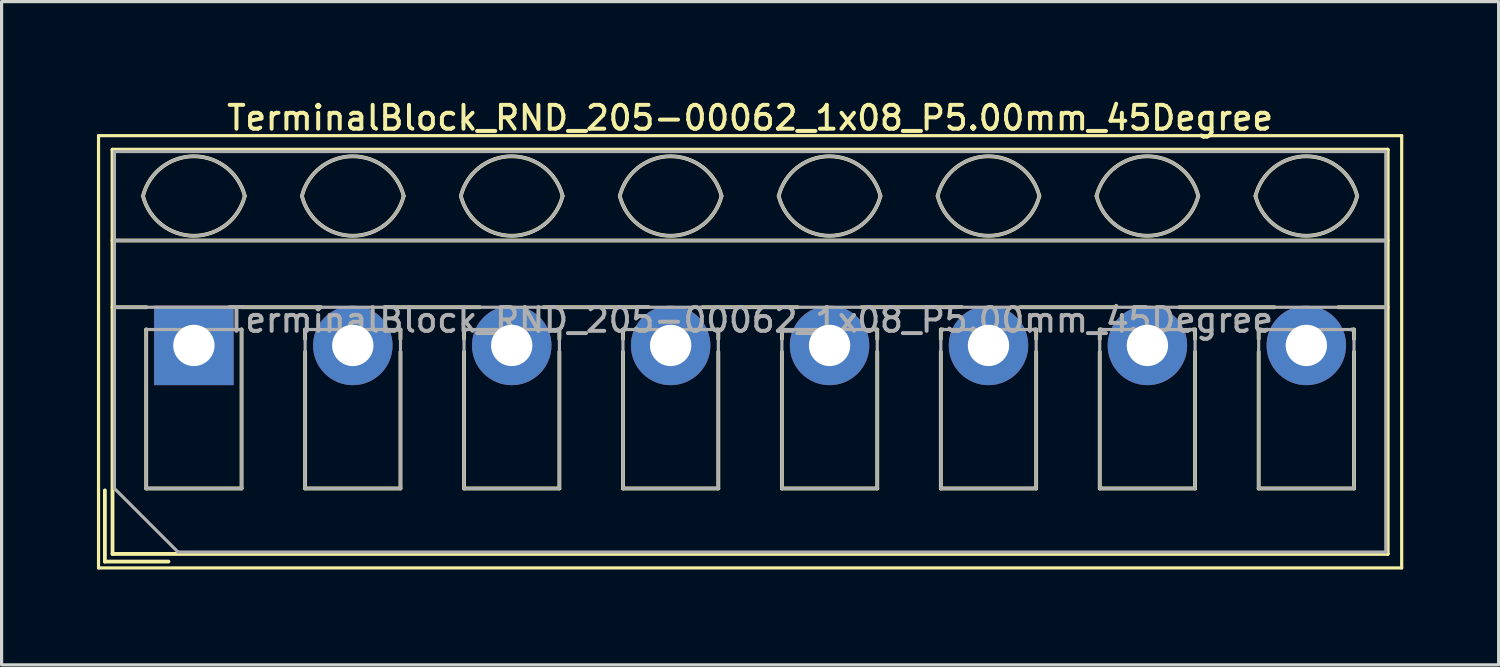
<source format=kicad_pcb>
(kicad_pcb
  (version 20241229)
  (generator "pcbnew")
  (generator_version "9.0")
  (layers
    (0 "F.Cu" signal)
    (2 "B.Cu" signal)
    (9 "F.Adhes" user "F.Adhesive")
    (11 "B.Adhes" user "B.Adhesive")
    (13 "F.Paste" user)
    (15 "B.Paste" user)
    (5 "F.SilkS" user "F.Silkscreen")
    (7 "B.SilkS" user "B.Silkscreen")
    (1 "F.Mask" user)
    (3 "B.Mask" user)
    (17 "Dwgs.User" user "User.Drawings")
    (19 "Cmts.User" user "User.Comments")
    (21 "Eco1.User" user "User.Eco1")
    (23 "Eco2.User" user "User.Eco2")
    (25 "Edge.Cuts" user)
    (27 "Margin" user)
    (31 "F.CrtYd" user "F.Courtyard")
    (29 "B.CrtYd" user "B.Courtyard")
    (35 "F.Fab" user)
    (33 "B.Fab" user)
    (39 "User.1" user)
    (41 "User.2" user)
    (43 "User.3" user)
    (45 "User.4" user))
  (footprint "TerminalBlock_RND_205-00062_1x08_P5.00mm_45Degree"
    (layer "F.Cu")
    (at 3.05 7.818)
    (property "Reference" "TerminalBlock_RND_205-00062_1x08_P5.00mm_45Degree" (at 17.5 -7.16 0) (layer "F.SilkS") (effects (font (size 0.75 0.75) (thickness 0.125))))
    (attr through_hole)
    (fp_line (start -3 -6.6) (end -3 7) (stroke (width 0.1) (type solid)) (layer "F.SilkS"))
    (fp_line (start -3 7) (end 38 7) (stroke (width 0.1) (type solid)) (layer "F.SilkS"))
    (fp_line (start -2.8 4.56) (end -2.8 6.8) (stroke (width 0.12) (type solid)) (layer "F.SilkS"))
    (fp_line (start -2.8 6.8) (end -0.8 6.8) (stroke (width 0.12) (type solid)) (layer "F.SilkS"))
    (fp_line (start -2.56 -6.16) (end -2.56 6.56) (stroke (width 0.12) (type solid)) (layer "F.SilkS"))
    (fp_line (start -2.56 -6.16) (end 37.56 -6.16) (stroke (width 0.12) (type solid)) (layer "F.SilkS"))
    (fp_line (start -2.56 -3.301) (end 37.56 -3.301) (stroke (width 0.12) (type solid)) (layer "F.SilkS"))
    (fp_line (start -2.56 -1.201) (end -1.49 -1.201) (stroke (width 0.12) (type solid)) (layer "F.SilkS"))
    (fp_line (start -2.56 6.56) (end 37.56 6.56) (stroke (width 0.12) (type solid)) (layer "F.SilkS"))
    (fp_line (start -1.5 -0.5) (end -1.5 4.5) (stroke (width 0.12) (type solid)) (layer "F.SilkS"))
    (fp_line (start -1.5 -0.5) (end -1.49 -0.5) (stroke (width 0.12) (type solid)) (layer "F.SilkS"))
    (fp_line (start -1.5 4.5) (end 1.5 4.5) (stroke (width 0.12) (type solid)) (layer "F.SilkS"))
    (fp_line (start 1.49 -1.201) (end 4 -1.201) (stroke (width 0.12) (type solid)) (layer "F.SilkS"))
    (fp_line (start 1.49 -0.5) (end 1.5 -0.5) (stroke (width 0.12) (type solid)) (layer "F.SilkS"))
    (fp_line (start 1.5 -0.5) (end 1.5 4.5) (stroke (width 0.12) (type solid)) (layer "F.SilkS"))
    (fp_line (start 3.5 -0.5) (end 3.5 -0.202) (stroke (width 0.12) (type solid)) (layer "F.SilkS"))
    (fp_line (start 3.5 -0.5) (end 3.57 -0.5) (stroke (width 0.12) (type solid)) (layer "F.SilkS"))
    (fp_line (start 3.5 0.202) (end 3.5 4.5) (stroke (width 0.12) (type solid)) (layer "F.SilkS"))
    (fp_line (start 3.5 4.5) (end 6.5 4.5) (stroke (width 0.12) (type solid)) (layer "F.SilkS"))
    (fp_line (start 6.001 -1.201) (end 9 -1.201) (stroke (width 0.12) (type solid)) (layer "F.SilkS"))
    (fp_line (start 6.431 -0.5) (end 6.5 -0.5) (stroke (width 0.12) (type solid)) (layer "F.SilkS"))
    (fp_line (start 6.5 -0.5) (end 6.5 -0.202) (stroke (width 0.12) (type solid)) (layer "F.SilkS"))
    (fp_line (start 6.5 0.202) (end 6.5 4.5) (stroke (width 0.12) (type solid)) (layer "F.SilkS"))
    (fp_line (start 8.5 -0.5) (end 8.5 -0.202) (stroke (width 0.12) (type solid)) (layer "F.SilkS"))
    (fp_line (start 8.5 -0.5) (end 8.57 -0.5) (stroke (width 0.12) (type solid)) (layer "F.SilkS"))
    (fp_line (start 8.5 0.202) (end 8.5 4.5) (stroke (width 0.12) (type solid)) (layer "F.SilkS"))
    (fp_line (start 8.5 4.5) (end 11.5 4.5) (stroke (width 0.12) (type solid)) (layer "F.SilkS"))
    (fp_line (start 11.001 -1.201) (end 14 -1.201) (stroke (width 0.12) (type solid)) (layer "F.SilkS"))
    (fp_line (start 11.431 -0.5) (end 11.5 -0.5) (stroke (width 0.12) (type solid)) (layer "F.SilkS"))
    (fp_line (start 11.5 -0.5) (end 11.5 -0.202) (stroke (width 0.12) (type solid)) (layer "F.SilkS"))
    (fp_line (start 11.5 0.202) (end 11.5 4.5) (stroke (width 0.12) (type solid)) (layer "F.SilkS"))
    (fp_line (start 13.5 -0.5) (end 13.5 -0.202) (stroke (width 0.12) (type solid)) (layer "F.SilkS"))
    (fp_line (start 13.5 -0.5) (end 13.57 -0.5) (stroke (width 0.12) (type solid)) (layer "F.SilkS"))
    (fp_line (start 13.5 0.202) (end 13.5 4.5) (stroke (width 0.12) (type solid)) (layer "F.SilkS"))
    (fp_line (start 13.5 4.5) (end 16.5 4.5) (stroke (width 0.12) (type solid)) (layer "F.SilkS"))
    (fp_line (start 16.001 -1.201) (end 19 -1.201) (stroke (width 0.12) (type solid)) (layer "F.SilkS"))
    (fp_line (start 16.431 -0.5) (end 16.5 -0.5) (stroke (width 0.12) (type solid)) (layer "F.SilkS"))
    (fp_line (start 16.5 -0.5) (end 16.5 -0.202) (stroke (width 0.12) (type solid)) (layer "F.SilkS"))
    (fp_line (start 16.5 0.202) (end 16.5 4.5) (stroke (width 0.12) (type solid)) (layer "F.SilkS"))
    (fp_line (start 18.5 -0.5) (end 18.5 -0.202) (stroke (width 0.12) (type solid)) (layer "F.SilkS"))
    (fp_line (start 18.5 -0.5) (end 18.57 -0.5) (stroke (width 0.12) (type solid)) (layer "F.SilkS"))
    (fp_line (start 18.5 0.202) (end 18.5 4.5) (stroke (width 0.12) (type solid)) (layer "F.SilkS"))
    (fp_line (start 18.5 4.5) (end 21.5 4.5) (stroke (width 0.12) (type solid)) (layer "F.SilkS"))
    (fp_line (start 21.001 -1.201) (end 24 -1.201) (stroke (width 0.12) (type solid)) (layer "F.SilkS"))
    (fp_line (start 21.431 -0.5) (end 21.5 -0.5) (stroke (width 0.12) (type solid)) (layer "F.SilkS"))
    (fp_line (start 21.5 -0.5) (end 21.5 -0.202) (stroke (width 0.12) (type solid)) (layer "F.SilkS"))
    (fp_line (start 21.5 0.202) (end 21.5 4.5) (stroke (width 0.12) (type solid)) (layer "F.SilkS"))
    (fp_line (start 23.5 -0.5) (end 23.5 -0.202) (stroke (width 0.12) (type solid)) (layer "F.SilkS"))
    (fp_line (start 23.5 -0.5) (end 23.57 -0.5) (stroke (width 0.12) (type solid)) (layer "F.SilkS"))
    (fp_line (start 23.5 0.202) (end 23.5 4.5) (stroke (width 0.12) (type solid)) (layer "F.SilkS"))
    (fp_line (start 23.5 4.5) (end 26.5 4.5) (stroke (width 0.12) (type solid)) (layer "F.SilkS"))
    (fp_line (start 26.001 -1.201) (end 29 -1.201) (stroke (width 0.12) (type solid)) (layer "F.SilkS"))
    (fp_line (start 26.431 -0.5) (end 26.5 -0.5) (stroke (width 0.12) (type solid)) (layer "F.SilkS"))
    (fp_line (start 26.5 -0.5) (end 26.5 -0.202) (stroke (width 0.12) (type solid)) (layer "F.SilkS"))
    (fp_line (start 26.5 0.202) (end 26.5 4.5) (stroke (width 0.12) (type solid)) (layer "F.SilkS"))
    (fp_line (start 28.5 -0.5) (end 28.5 -0.202) (stroke (width 0.12) (type solid)) (layer "F.SilkS"))
    (fp_line (start 28.5 -0.5) (end 28.57 -0.5) (stroke (width 0.12) (type solid)) (layer "F.SilkS"))
    (fp_line (start 28.5 0.202) (end 28.5 4.5) (stroke (width 0.12) (type solid)) (layer "F.SilkS"))
    (fp_line (start 28.5 4.5) (end 31.5 4.5) (stroke (width 0.12) (type solid)) (layer "F.SilkS"))
    (fp_line (start 31.001 -1.201) (end 34 -1.201) (stroke (width 0.12) (type solid)) (layer "F.SilkS"))
    (fp_line (start 31.431 -0.5) (end 31.5 -0.5) (stroke (width 0.12) (type solid)) (layer "F.SilkS"))
    (fp_line (start 31.5 -0.5) (end 31.5 -0.202) (stroke (width 0.12) (type solid)) (layer "F.SilkS"))
    (fp_line (start 31.5 0.202) (end 31.5 4.5) (stroke (width 0.12) (type solid)) (layer "F.SilkS"))
    (fp_line (start 33.5 -0.5) (end 33.5 -0.202) (stroke (width 0.12) (type solid)) (layer "F.SilkS"))
    (fp_line (start 33.5 -0.5) (end 33.57 -0.5) (stroke (width 0.12) (type solid)) (layer "F.SilkS"))
    (fp_line (start 33.5 0.202) (end 33.5 4.5) (stroke (width 0.12) (type solid)) (layer "F.SilkS"))
    (fp_line (start 33.5 4.5) (end 36.5 4.5) (stroke (width 0.12) (type solid)) (layer "F.SilkS"))
    (fp_line (start 36.001 -1.201) (end 37.56 -1.201) (stroke (width 0.12) (type solid)) (layer "F.SilkS"))
    (fp_line (start 36.431 -0.5) (end 36.5 -0.5) (stroke (width 0.12) (type solid)) (layer "F.SilkS"))
    (fp_line (start 36.5 -0.5) (end 36.5 -0.202) (stroke (width 0.12) (type solid)) (layer "F.SilkS"))
    (fp_line (start 36.5 0.202) (end 36.5 4.5) (stroke (width 0.12) (type solid)) (layer "F.SilkS"))
    (fp_line (start 37.56 -6.16) (end 37.56 6.56) (stroke (width 0.12) (type solid)) (layer "F.SilkS"))
    (fp_line (start 38 -6.6) (end -3 -6.6) (stroke (width 0.1) (type solid)) (layer "F.SilkS"))
    (fp_line (start 38 7) (end 38 -6.6) (stroke (width 0.1) (type solid)) (layer "F.SilkS"))
    (fp_arc (start -1.600914 -4.700344) (mid 0.000177 -5.95097) (end 1.601 -4.7) (stroke (width 0.12) (type solid)) (layer "F.SilkS"))
    (fp_arc (start 1.6 -4.7) (mid -0.000064 -3.45) (end -1.600031 -4.700125) (stroke (width 0.12) (type solid)) (layer "F.SilkS"))
    (fp_arc (start 3.399086 -4.700344) (mid 5.000177 -5.95097) (end 6.601 -4.7) (stroke (width 0.12) (type solid)) (layer "F.SilkS"))
    (fp_arc (start 6.6 -4.7) (mid 4.999936 -3.45) (end 3.399969 -4.700125) (stroke (width 0.12) (type solid)) (layer "F.SilkS"))
    (fp_arc (start 8.399086 -4.700344) (mid 10.000177 -5.95097) (end 11.601 -4.7) (stroke (width 0.12) (type solid)) (layer "F.SilkS"))
    (fp_arc (start 11.6 -4.7) (mid 9.999936 -3.45) (end 8.399969 -4.700125) (stroke (width 0.12) (type solid)) (layer "F.SilkS"))
    (fp_arc (start 13.399086 -4.700344) (mid 15.000177 -5.95097) (end 16.601 -4.7) (stroke (width 0.12) (type solid)) (layer "F.SilkS"))
    (fp_arc (start 16.6 -4.7) (mid 14.999936 -3.45) (end 13.399969 -4.700125) (stroke (width 0.12) (type solid)) (layer "F.SilkS"))
    (fp_arc (start 18.399086 -4.700344) (mid 20.000177 -5.95097) (end 21.601 -4.7) (stroke (width 0.12) (type solid)) (layer "F.SilkS"))
    (fp_arc (start 21.6 -4.7) (mid 19.999936 -3.45) (end 18.399969 -4.700125) (stroke (width 0.12) (type solid)) (layer "F.SilkS"))
    (fp_arc (start 23.399086 -4.700344) (mid 25.000177 -5.95097) (end 26.601 -4.7) (stroke (width 0.12) (type solid)) (layer "F.SilkS"))
    (fp_arc (start 26.6 -4.7) (mid 24.999936 -3.45) (end 23.399969 -4.700125) (stroke (width 0.12) (type solid)) (layer "F.SilkS"))
    (fp_arc (start 28.399086 -4.700344) (mid 30.000177 -5.95097) (end 31.601 -4.7) (stroke (width 0.12) (type solid)) (layer "F.SilkS"))
    (fp_arc (start 31.6 -4.7) (mid 29.999936 -3.45) (end 28.399969 -4.700125) (stroke (width 0.12) (type solid)) (layer "F.SilkS"))
    (fp_arc (start 33.399086 -4.700344) (mid 35.000177 -5.95097) (end 36.601 -4.7) (stroke (width 0.12) (type solid)) (layer "F.SilkS"))
    (fp_arc (start 36.6 -4.7) (mid 34.999936 -3.45) (end 33.399969 -4.700125) (stroke (width 0.12) (type solid)) (layer "F.SilkS"))
    (fp_line (start -2.5 -6.1) (end 37.5 -6.1) (stroke (width 0.1) (type solid)) (layer "F.Fab"))
    (fp_line (start -2.5 -3.3) (end 37.5 -3.3) (stroke (width 0.1) (type solid)) (layer "F.Fab"))
    (fp_line (start -2.5 -1.2) (end 37.5 -1.2) (stroke (width 0.1) (type solid)) (layer "F.Fab"))
    (fp_line (start -2.5 4.5) (end -2.5 -6.1) (stroke (width 0.1) (type solid)) (layer "F.Fab"))
    (fp_line (start -1.5 -0.5) (end -1.5 4.5) (stroke (width 0.1) (type solid)) (layer "F.Fab"))
    (fp_line (start -1.5 4.5) (end 1.5 4.5) (stroke (width 0.1) (type solid)) (layer "F.Fab"))
    (fp_line (start -0.5 6.5) (end -2.5 4.5) (stroke (width 0.1) (type solid)) (layer "F.Fab"))
    (fp_line (start 1.5 -0.5) (end -1.5 -0.5) (stroke (width 0.1) (type solid)) (layer "F.Fab"))
    (fp_line (start 1.5 4.5) (end 1.5 -0.5) (stroke (width 0.1) (type solid)) (layer "F.Fab"))
    (fp_line (start 3.5 -0.5) (end 3.5 4.5) (stroke (width 0.1) (type solid)) (layer "F.Fab"))
    (fp_line (start 3.5 4.5) (end 6.5 4.5) (stroke (width 0.1) (type solid)) (layer "F.Fab"))
    (fp_line (start 6.5 -0.5) (end 3.5 -0.5) (stroke (width 0.1) (type solid)) (layer "F.Fab"))
    (fp_line (start 6.5 4.5) (end 6.5 -0.5) (stroke (width 0.1) (type solid)) (layer "F.Fab"))
    (fp_line (start 8.5 -0.5) (end 8.5 4.5) (stroke (width 0.1) (type solid)) (layer "F.Fab"))
    (fp_line (start 8.5 4.5) (end 11.5 4.5) (stroke (width 0.1) (type solid)) (layer "F.Fab"))
    (fp_line (start 11.5 -0.5) (end 8.5 -0.5) (stroke (width 0.1) (type solid)) (layer "F.Fab"))
    (fp_line (start 11.5 4.5) (end 11.5 -0.5) (stroke (width 0.1) (type solid)) (layer "F.Fab"))
    (fp_line (start 13.5 -0.5) (end 13.5 4.5) (stroke (width 0.1) (type solid)) (layer "F.Fab"))
    (fp_line (start 13.5 4.5) (end 16.5 4.5) (stroke (width 0.1) (type solid)) (layer "F.Fab"))
    (fp_line (start 16.5 -0.5) (end 13.5 -0.5) (stroke (width 0.1) (type solid)) (layer "F.Fab"))
    (fp_line (start 16.5 4.5) (end 16.5 -0.5) (stroke (width 0.1) (type solid)) (layer "F.Fab"))
    (fp_line (start 18.5 -0.5) (end 18.5 4.5) (stroke (width 0.1) (type solid)) (layer "F.Fab"))
    (fp_line (start 18.5 4.5) (end 21.5 4.5) (stroke (width 0.1) (type solid)) (layer "F.Fab"))
    (fp_line (start 21.5 -0.5) (end 18.5 -0.5) (stroke (width 0.1) (type solid)) (layer "F.Fab"))
    (fp_line (start 21.5 4.5) (end 21.5 -0.5) (stroke (width 0.1) (type solid)) (layer "F.Fab"))
    (fp_line (start 23.5 -0.5) (end 23.5 4.5) (stroke (width 0.1) (type solid)) (layer "F.Fab"))
    (fp_line (start 23.5 4.5) (end 26.5 4.5) (stroke (width 0.1) (type solid)) (layer "F.Fab"))
    (fp_line (start 26.5 -0.5) (end 23.5 -0.5) (stroke (width 0.1) (type solid)) (layer "F.Fab"))
    (fp_line (start 26.5 4.5) (end 26.5 -0.5) (stroke (width 0.1) (type solid)) (layer "F.Fab"))
    (fp_line (start 28.5 -0.5) (end 28.5 4.5) (stroke (width 0.1) (type solid)) (layer "F.Fab"))
    (fp_line (start 28.5 4.5) (end 31.5 4.5) (stroke (width 0.1) (type solid)) (layer "F.Fab"))
    (fp_line (start 31.5 -0.5) (end 28.5 -0.5) (stroke (width 0.1) (type solid)) (layer "F.Fab"))
    (fp_line (start 31.5 4.5) (end 31.5 -0.5) (stroke (width 0.1) (type solid)) (layer "F.Fab"))
    (fp_line (start 33.5 -0.5) (end 33.5 4.5) (stroke (width 0.1) (type solid)) (layer "F.Fab"))
    (fp_line (start 33.5 4.5) (end 36.5 4.5) (stroke (width 0.1) (type solid)) (layer "F.Fab"))
    (fp_line (start 36.5 -0.5) (end 33.5 -0.5) (stroke (width 0.1) (type solid)) (layer "F.Fab"))
    (fp_line (start 36.5 4.5) (end 36.5 -0.5) (stroke (width 0.1) (type solid)) (layer "F.Fab"))
    (fp_line (start 37.5 -6.1) (end 37.5 6.5) (stroke (width 0.1) (type solid)) (layer "F.Fab"))
    (fp_line (start 37.5 6.5) (end -0.5 6.5) (stroke (width 0.1) (type solid)) (layer "F.Fab"))
    (fp_arc (start -1.600914 -4.700344) (mid 0.000177 -5.95097) (end 1.601 -4.7) (stroke (width 0.1) (type solid)) (layer "F.Fab"))
    (fp_arc (start 1.6 -4.7) (mid -0.000064 -3.45) (end -1.600031 -4.700125) (stroke (width 0.1) (type solid)) (layer "F.Fab"))
    (fp_arc (start 3.399086 -4.700344) (mid 5.000177 -5.95097) (end 6.601 -4.7) (stroke (width 0.1) (type solid)) (layer "F.Fab"))
    (fp_arc (start 6.6 -4.7) (mid 4.999936 -3.45) (end 3.399969 -4.700125) (stroke (width 0.1) (type solid)) (layer "F.Fab"))
    (fp_arc (start 8.399086 -4.700344) (mid 10.000177 -5.95097) (end 11.601 -4.7) (stroke (width 0.1) (type solid)) (layer "F.Fab"))
    (fp_arc (start 11.6 -4.7) (mid 9.999936 -3.45) (end 8.399969 -4.700125) (stroke (width 0.1) (type solid)) (layer "F.Fab"))
    (fp_arc (start 13.399086 -4.700344) (mid 15.000177 -5.95097) (end 16.601 -4.7) (stroke (width 0.1) (type solid)) (layer "F.Fab"))
    (fp_arc (start 16.6 -4.7) (mid 14.999936 -3.45) (end 13.399969 -4.700125) (stroke (width 0.1) (type solid)) (layer "F.Fab"))
    (fp_arc (start 18.399086 -4.700344) (mid 20.000177 -5.95097) (end 21.601 -4.7) (stroke (width 0.1) (type solid)) (layer "F.Fab"))
    (fp_arc (start 21.6 -4.7) (mid 19.999936 -3.45) (end 18.399969 -4.700125) (stroke (width 0.1) (type solid)) (layer "F.Fab"))
    (fp_arc (start 23.399086 -4.700344) (mid 25.000177 -5.95097) (end 26.601 -4.7) (stroke (width 0.1) (type solid)) (layer "F.Fab"))
    (fp_arc (start 26.6 -4.7) (mid 24.999936 -3.45) (end 23.399969 -4.700125) (stroke (width 0.1) (type solid)) (layer "F.Fab"))
    (fp_arc (start 28.399086 -4.700344) (mid 30.000177 -5.95097) (end 31.601 -4.7) (stroke (width 0.1) (type solid)) (layer "F.Fab"))
    (fp_arc (start 31.6 -4.7) (mid 29.999936 -3.45) (end 28.399969 -4.700125) (stroke (width 0.1) (type solid)) (layer "F.Fab"))
    (fp_arc (start 33.399086 -4.700344) (mid 35.000177 -5.95097) (end 36.601 -4.7) (stroke (width 0.1) (type solid)) (layer "F.Fab"))
    (fp_arc (start 36.6 -4.7) (mid 34.999936 -3.45) (end 33.399969 -4.700125) (stroke (width 0.1) (type solid)) (layer "F.Fab"))
    (fp_text user "${REFERENCE}" (at 17.5 -0.8 0) (layer "F.Fab") (effects (font (size 0.75 0.75) (thickness 0.125))))
    (pad "1" thru_hole rect (at 0 0) (size 2.5 2.5) (drill 1.3) (layers "*.Cu" "*.Mask"))
    (pad "2" thru_hole circle (at 5 0) (size 2.5 2.5) (drill 1.3) (layers "*.Cu" "*.Mask"))
    (pad "3" thru_hole circle (at 10 0) (size 2.5 2.5) (drill 1.3) (layers "*.Cu" "*.Mask"))
    (pad "4" thru_hole circle (at 15 0) (size 2.5 2.5) (drill 1.3) (layers "*.Cu" "*.Mask"))
    (pad "5" thru_hole circle (at 20 0) (size 2.5 2.5) (drill 1.3) (layers "*.Cu" "*.Mask"))
    (pad "6" thru_hole circle (at 25 0) (size 2.5 2.5) (drill 1.3) (layers "*.Cu" "*.Mask"))
    (pad "7" thru_hole circle (at 30 0) (size 2.5 2.5) (drill 1.3) (layers "*.Cu" "*.Mask"))
    (pad "8" thru_hole circle (at 35 0) (size 2.5 2.5) (drill 1.3) (layers "*.Cu" "*.Mask")))
  (gr_rect
    (start -3 -3)
    (end 44.1 17.868)
    (stroke (width 0.1) (type default))
    (fill no)
    (layer "Edge.Cuts")))
</source>
